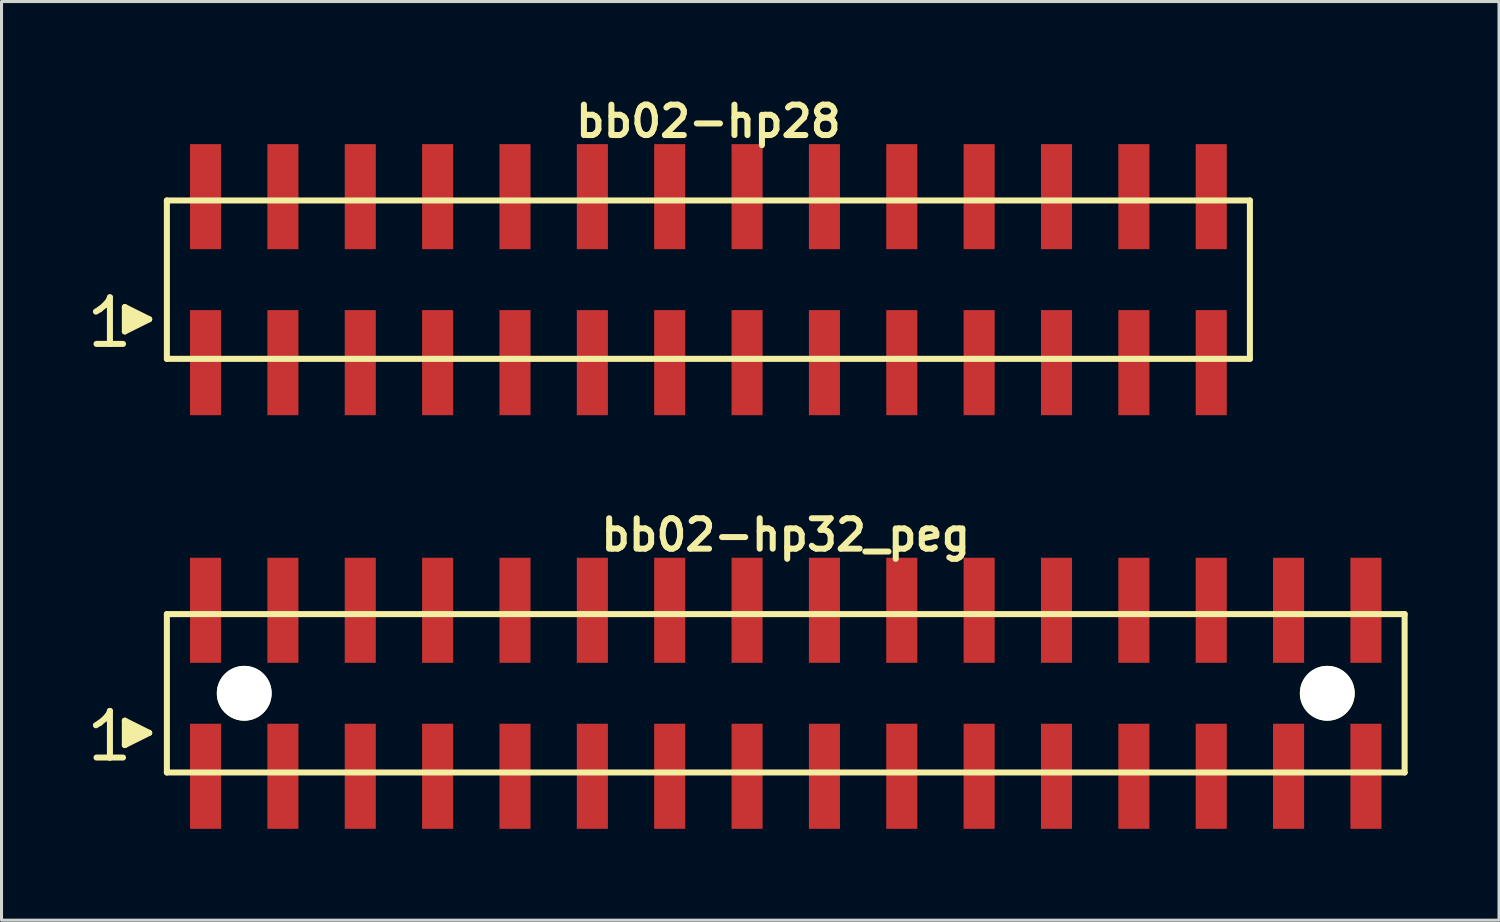
<source format=kicad_pcb>
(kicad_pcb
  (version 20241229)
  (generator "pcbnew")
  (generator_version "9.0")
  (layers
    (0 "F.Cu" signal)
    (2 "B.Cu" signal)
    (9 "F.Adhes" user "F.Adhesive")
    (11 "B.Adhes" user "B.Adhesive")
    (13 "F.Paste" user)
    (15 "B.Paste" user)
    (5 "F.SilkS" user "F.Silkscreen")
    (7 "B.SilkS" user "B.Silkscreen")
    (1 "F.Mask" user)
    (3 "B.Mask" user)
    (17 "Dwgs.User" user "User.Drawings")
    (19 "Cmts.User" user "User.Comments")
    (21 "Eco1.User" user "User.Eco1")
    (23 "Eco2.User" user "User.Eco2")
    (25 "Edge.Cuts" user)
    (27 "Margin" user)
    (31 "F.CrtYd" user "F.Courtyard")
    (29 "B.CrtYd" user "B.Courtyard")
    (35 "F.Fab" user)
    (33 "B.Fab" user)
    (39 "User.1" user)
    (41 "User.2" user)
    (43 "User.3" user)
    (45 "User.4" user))
  (footprint "bb02-hp28"
    (layer "F.Cu")
    (at 20.209 6.132)
    (property "Reference" "bb02-hp28" (at 0 -5.2 0) (layer "F.SilkS") (effects (font (size 0.998 0.998) (thickness 0.198))))
    (attr through_hole)
    (fp_line (start -20.11 1.05) (end -19.98 0.97) (stroke (width 0.198) (type solid)) (layer "F.SilkS"))
    (fp_line (start -19.98 0.97) (end -19.82 0.84) (stroke (width 0.198) (type solid)) (layer "F.SilkS"))
    (fp_line (start -19.82 0.84) (end -19.68 0.67) (stroke (width 0.198) (type solid)) (layer "F.SilkS"))
    (fp_line (start -19.68 0.67) (end -19.65 0.58) (stroke (width 0.198) (type solid)) (layer "F.SilkS"))
    (fp_line (start -19.65 0.58) (end -19.65 2.11) (stroke (width 0.198) (type solid)) (layer "F.SilkS"))
    (fp_line (start -19.65 2.11) (end -20.09 2.11) (stroke (width 0.198) (type solid)) (layer "F.SilkS"))
    (fp_line (start -19.22 2.11) (end -19.66 2.11) (stroke (width 0.198) (type solid)) (layer "F.SilkS"))
    (fp_line (start -19.16 0.9) (end -18.36 1.3) (stroke (width 0.198) (type solid)) (layer "F.SilkS"))
    (fp_line (start -19.16 1.7) (end -19.16 0.9) (stroke (width 0.198) (type solid)) (layer "F.SilkS"))
    (fp_line (start -19.06 1.6) (end -19.06 1) (stroke (width 0.198) (type solid)) (layer "F.SilkS"))
    (fp_line (start -18.96 1.1) (end -18.96 1.5) (stroke (width 0.198) (type solid)) (layer "F.SilkS"))
    (fp_line (start -18.86 1.5) (end -18.86 1.1) (stroke (width 0.198) (type solid)) (layer "F.SilkS"))
    (fp_line (start -18.76 1.2) (end -18.76 1.4) (stroke (width 0.198) (type solid)) (layer "F.SilkS"))
    (fp_line (start -18.66 1.4) (end -18.66 1.2) (stroke (width 0.198) (type solid)) (layer "F.SilkS"))
    (fp_line (start -18.36 1.3) (end -19.16 1.7) (stroke (width 0.198) (type solid)) (layer "F.SilkS"))
    (fp_line (start -17.78 -2.6) (end -17.78 2.6) (stroke (width 0.198) (type solid)) (layer "F.SilkS"))
    (fp_line (start -17.78 -2.6) (end 17.78 -2.6) (stroke (width 0.198) (type solid)) (layer "F.SilkS"))
    (fp_line (start 17.78 2.6) (end -17.78 2.6) (stroke (width 0.198) (type solid)) (layer "F.SilkS"))
    (fp_line (start 17.78 2.6) (end 17.78 -2.6) (stroke (width 0.198) (type solid)) (layer "F.SilkS"))
    (pad "1" smd rect (at -16.51 2.725) (size 1.02 3.45) (layers "F.Cu" "F.Mask" "F.Paste"))
    (pad "2" smd rect (at -16.51 -2.725) (size 1.02 3.45) (layers "F.Cu" "F.Mask" "F.Paste"))
    (pad "3" smd rect (at -13.97 2.725) (size 1.02 3.45) (layers "F.Cu" "F.Mask" "F.Paste"))
    (pad "4" smd rect (at -13.97 -2.725) (size 1.02 3.45) (layers "F.Cu" "F.Mask" "F.Paste"))
    (pad "5" smd rect (at -11.43 2.725) (size 1.02 3.45) (layers "F.Cu" "F.Mask" "F.Paste"))
    (pad "6" smd rect (at -11.43 -2.725) (size 1.02 3.45) (layers "F.Cu" "F.Mask" "F.Paste"))
    (pad "7" smd rect (at -8.89 2.725) (size 1.02 3.45) (layers "F.Cu" "F.Mask" "F.Paste"))
    (pad "8" smd rect (at -8.89 -2.725) (size 1.02 3.45) (layers "F.Cu" "F.Mask" "F.Paste"))
    (pad "9" smd rect (at -6.35 2.725) (size 1.02 3.45) (layers "F.Cu" "F.Mask" "F.Paste"))
    (pad "10" smd rect (at -6.35 -2.725) (size 1.02 3.45) (layers "F.Cu" "F.Mask" "F.Paste"))
    (pad "11" smd rect (at -3.81 2.725) (size 1.02 3.45) (layers "F.Cu" "F.Mask" "F.Paste"))
    (pad "12" smd rect (at -3.81 -2.725) (size 1.02 3.45) (layers "F.Cu" "F.Mask" "F.Paste"))
    (pad "13" smd rect (at -1.27 2.725) (size 1.02 3.45) (layers "F.Cu" "F.Mask" "F.Paste"))
    (pad "14" smd rect (at -1.27 -2.725) (size 1.02 3.45) (layers "F.Cu" "F.Mask" "F.Paste"))
    (pad "15" smd rect (at 1.27 2.725) (size 1.02 3.45) (layers "F.Cu" "F.Mask" "F.Paste"))
    (pad "16" smd rect (at 1.27 -2.725) (size 1.02 3.45) (layers "F.Cu" "F.Mask" "F.Paste"))
    (pad "17" smd rect (at 3.81 2.725) (size 1.02 3.45) (layers "F.Cu" "F.Mask" "F.Paste"))
    (pad "18" smd rect (at 3.81 -2.725) (size 1.02 3.45) (layers "F.Cu" "F.Mask" "F.Paste"))
    (pad "19" smd rect (at 6.35 2.725) (size 1.02 3.45) (layers "F.Cu" "F.Mask" "F.Paste"))
    (pad "20" smd rect (at 6.35 -2.725) (size 1.02 3.45) (layers "F.Cu" "F.Mask" "F.Paste"))
    (pad "21" smd rect (at 8.89 2.725) (size 1.02 3.45) (layers "F.Cu" "F.Mask" "F.Paste"))
    (pad "22" smd rect (at 8.89 -2.725) (size 1.02 3.45) (layers "F.Cu" "F.Mask" "F.Paste"))
    (pad "23" smd rect (at 11.43 2.725) (size 1.02 3.45) (layers "F.Cu" "F.Mask" "F.Paste"))
    (pad "24" smd rect (at 11.43 -2.725) (size 1.02 3.45) (layers "F.Cu" "F.Mask" "F.Paste"))
    (pad "25" smd rect (at 13.97 2.725) (size 1.02 3.45) (layers "F.Cu" "F.Mask" "F.Paste"))
    (pad "26" smd rect (at 13.97 -2.725) (size 1.02 3.45) (layers "F.Cu" "F.Mask" "F.Paste"))
    (pad "27" smd rect (at 16.51 2.725) (size 1.02 3.45) (layers "F.Cu" "F.Mask" "F.Paste"))
    (pad "28" smd rect (at 16.51 -2.725) (size 1.02 3.45) (layers "F.Cu" "F.Mask" "F.Paste")))
  (footprint "bb02-hp32_peg"
    (layer "F.Cu")
    (at 22.749 19.713)
    (property "Reference" "bb02-hp32_peg" (at 0 -5.2 0) (layer "F.SilkS") (effects (font (size 0.998 0.998) (thickness 0.198))))
    (attr through_hole)
    (fp_line (start -22.65 1.05) (end -22.52 0.97) (stroke (width 0.198) (type solid)) (layer "F.SilkS"))
    (fp_line (start -22.52 0.97) (end -22.36 0.84) (stroke (width 0.198) (type solid)) (layer "F.SilkS"))
    (fp_line (start -22.36 0.84) (end -22.22 0.67) (stroke (width 0.198) (type solid)) (layer "F.SilkS"))
    (fp_line (start -22.22 0.67) (end -22.19 0.58) (stroke (width 0.198) (type solid)) (layer "F.SilkS"))
    (fp_line (start -22.19 0.58) (end -22.19 2.11) (stroke (width 0.198) (type solid)) (layer "F.SilkS"))
    (fp_line (start -22.19 2.11) (end -22.63 2.11) (stroke (width 0.198) (type solid)) (layer "F.SilkS"))
    (fp_line (start -21.76 2.11) (end -22.2 2.11) (stroke (width 0.198) (type solid)) (layer "F.SilkS"))
    (fp_line (start -21.7 0.9) (end -20.9 1.3) (stroke (width 0.198) (type solid)) (layer "F.SilkS"))
    (fp_line (start -21.7 1.7) (end -21.7 0.9) (stroke (width 0.198) (type solid)) (layer "F.SilkS"))
    (fp_line (start -21.6 1.6) (end -21.6 1) (stroke (width 0.198) (type solid)) (layer "F.SilkS"))
    (fp_line (start -21.5 1.1) (end -21.5 1.5) (stroke (width 0.198) (type solid)) (layer "F.SilkS"))
    (fp_line (start -21.4 1.5) (end -21.4 1.1) (stroke (width 0.198) (type solid)) (layer "F.SilkS"))
    (fp_line (start -21.3 1.2) (end -21.3 1.4) (stroke (width 0.198) (type solid)) (layer "F.SilkS"))
    (fp_line (start -21.2 1.4) (end -21.2 1.2) (stroke (width 0.198) (type solid)) (layer "F.SilkS"))
    (fp_line (start -20.9 1.3) (end -21.7 1.7) (stroke (width 0.198) (type solid)) (layer "F.SilkS"))
    (fp_line (start -20.32 -2.6) (end -20.32 2.6) (stroke (width 0.198) (type solid)) (layer "F.SilkS"))
    (fp_line (start -20.32 -2.6) (end 20.32 -2.6) (stroke (width 0.198) (type solid)) (layer "F.SilkS"))
    (fp_line (start 20.32 2.6) (end -20.32 2.6) (stroke (width 0.198) (type solid)) (layer "F.SilkS"))
    (fp_line (start 20.32 2.6) (end 20.32 -2.6) (stroke (width 0.198) (type solid)) (layer "F.SilkS"))
    (pad "" np_thru_hole circle (at -17.78 0) (size 1.8 1.8) (drill 1.8) (layers "*.Cu" "*.Mask" "F.SilkS"))
    (pad "" np_thru_hole circle (at 17.78 0) (size 1.8 1.8) (drill 1.8) (layers "*.Cu" "*.Mask" "F.SilkS"))
    (pad "1" smd rect (at -19.05 2.725) (size 1.02 3.45) (layers "F.Cu" "F.Mask" "F.Paste"))
    (pad "2" smd rect (at -19.05 -2.725) (size 1.02 3.45) (layers "F.Cu" "F.Mask" "F.Paste"))
    (pad "3" smd rect (at -16.51 2.725) (size 1.02 3.45) (layers "F.Cu" "F.Mask" "F.Paste"))
    (pad "4" smd rect (at -16.51 -2.725) (size 1.02 3.45) (layers "F.Cu" "F.Mask" "F.Paste"))
    (pad "5" smd rect (at -13.97 2.725) (size 1.02 3.45) (layers "F.Cu" "F.Mask" "F.Paste"))
    (pad "6" smd rect (at -13.97 -2.725) (size 1.02 3.45) (layers "F.Cu" "F.Mask" "F.Paste"))
    (pad "7" smd rect (at -11.43 2.725) (size 1.02 3.45) (layers "F.Cu" "F.Mask" "F.Paste"))
    (pad "8" smd rect (at -11.43 -2.725) (size 1.02 3.45) (layers "F.Cu" "F.Mask" "F.Paste"))
    (pad "9" smd rect (at -8.89 2.725) (size 1.02 3.45) (layers "F.Cu" "F.Mask" "F.Paste"))
    (pad "10" smd rect (at -8.89 -2.725) (size 1.02 3.45) (layers "F.Cu" "F.Mask" "F.Paste"))
    (pad "11" smd rect (at -6.35 2.725) (size 1.02 3.45) (layers "F.Cu" "F.Mask" "F.Paste"))
    (pad "12" smd rect (at -6.35 -2.725) (size 1.02 3.45) (layers "F.Cu" "F.Mask" "F.Paste"))
    (pad "13" smd rect (at -3.81 2.725) (size 1.02 3.45) (layers "F.Cu" "F.Mask" "F.Paste"))
    (pad "14" smd rect (at -3.81 -2.725) (size 1.02 3.45) (layers "F.Cu" "F.Mask" "F.Paste"))
    (pad "15" smd rect (at -1.27 2.725) (size 1.02 3.45) (layers "F.Cu" "F.Mask" "F.Paste"))
    (pad "16" smd rect (at -1.27 -2.725) (size 1.02 3.45) (layers "F.Cu" "F.Mask" "F.Paste"))
    (pad "17" smd rect (at 1.27 2.725) (size 1.02 3.45) (layers "F.Cu" "F.Mask" "F.Paste"))
    (pad "18" smd rect (at 1.27 -2.725) (size 1.02 3.45) (layers "F.Cu" "F.Mask" "F.Paste"))
    (pad "19" smd rect (at 3.81 2.725) (size 1.02 3.45) (layers "F.Cu" "F.Mask" "F.Paste"))
    (pad "20" smd rect (at 3.81 -2.725) (size 1.02 3.45) (layers "F.Cu" "F.Mask" "F.Paste"))
    (pad "21" smd rect (at 6.35 2.725) (size 1.02 3.45) (layers "F.Cu" "F.Mask" "F.Paste"))
    (pad "22" smd rect (at 6.35 -2.725) (size 1.02 3.45) (layers "F.Cu" "F.Mask" "F.Paste"))
    (pad "23" smd rect (at 8.89 2.725) (size 1.02 3.45) (layers "F.Cu" "F.Mask" "F.Paste"))
    (pad "24" smd rect (at 8.89 -2.725) (size 1.02 3.45) (layers "F.Cu" "F.Mask" "F.Paste"))
    (pad "25" smd rect (at 11.43 2.725) (size 1.02 3.45) (layers "F.Cu" "F.Mask" "F.Paste"))
    (pad "26" smd rect (at 11.43 -2.725) (size 1.02 3.45) (layers "F.Cu" "F.Mask" "F.Paste"))
    (pad "27" smd rect (at 13.97 2.725) (size 1.02 3.45) (layers "F.Cu" "F.Mask" "F.Paste"))
    (pad "28" smd rect (at 13.97 -2.725) (size 1.02 3.45) (layers "F.Cu" "F.Mask" "F.Paste"))
    (pad "29" smd rect (at 16.51 2.725) (size 1.02 3.45) (layers "F.Cu" "F.Mask" "F.Paste"))
    (pad "30" smd rect (at 16.51 -2.725) (size 1.02 3.45) (layers "F.Cu" "F.Mask" "F.Paste"))
    (pad "31" smd rect (at 19.05 2.725) (size 1.02 3.45) (layers "F.Cu" "F.Mask" "F.Paste"))
    (pad "32" smd rect (at 19.05 -2.725) (size 1.02 3.45) (layers "F.Cu" "F.Mask" "F.Paste")))
  (gr_rect
    (start -3 -3)
    (end 46.168 27.163)
    (stroke (width 0.1) (type default))
    (fill no)
    (layer "Edge.Cuts")))
</source>
